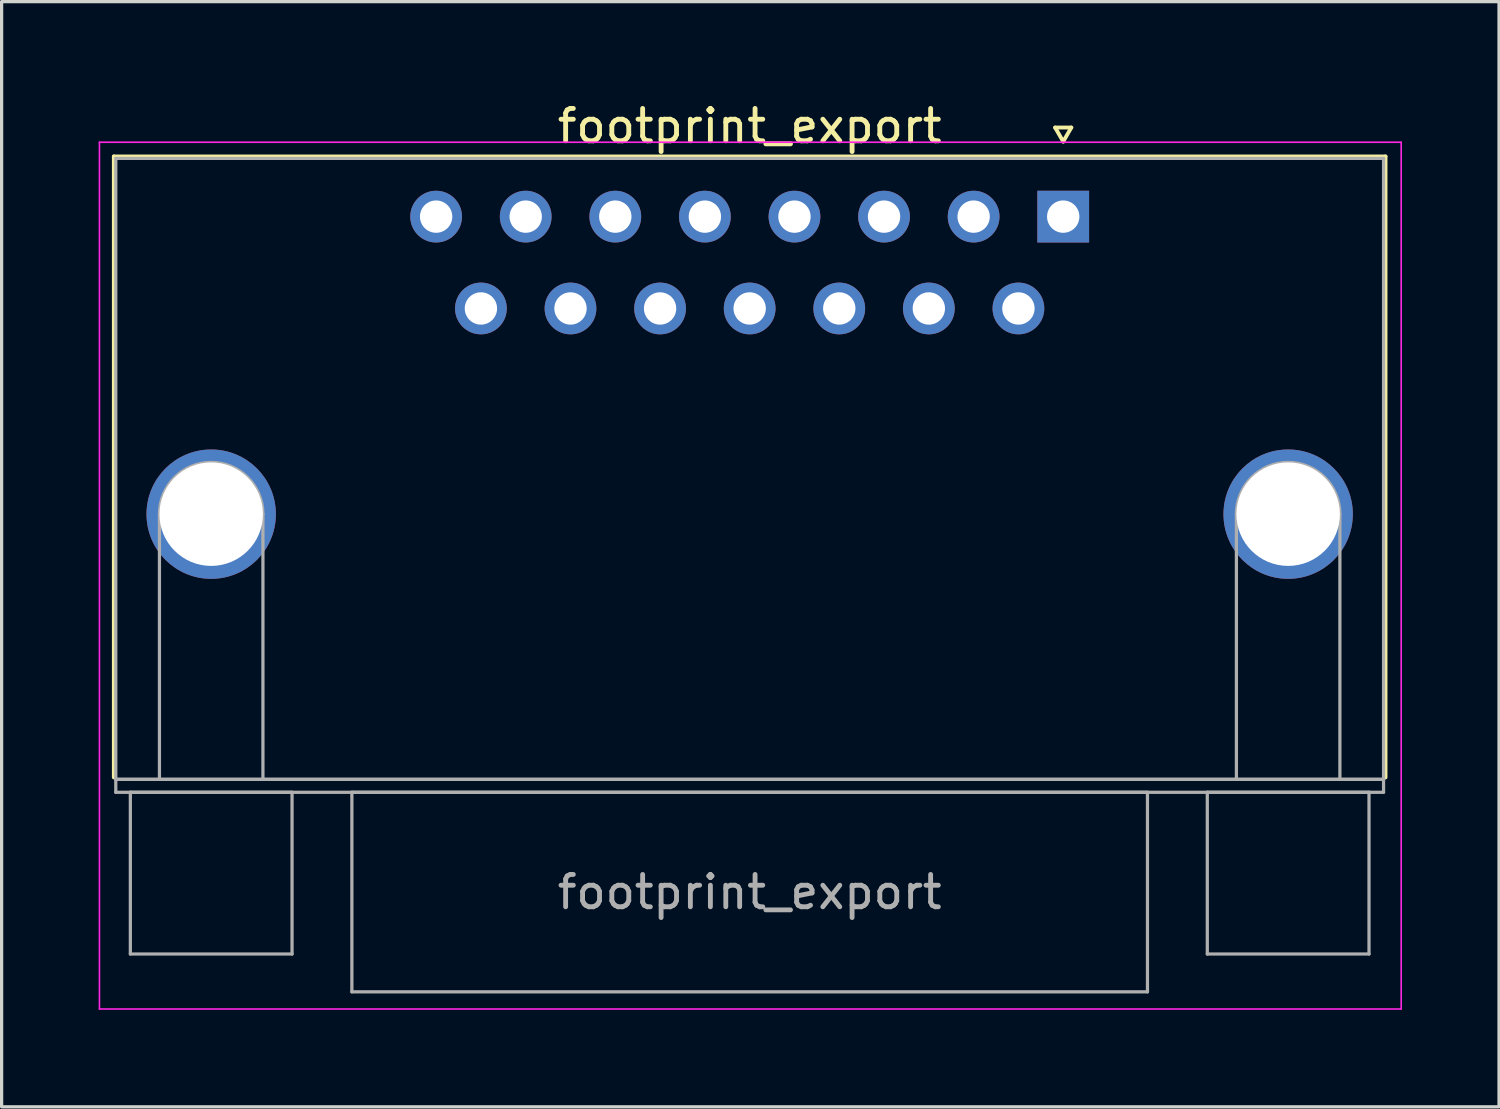
<source format=kicad_pcb>
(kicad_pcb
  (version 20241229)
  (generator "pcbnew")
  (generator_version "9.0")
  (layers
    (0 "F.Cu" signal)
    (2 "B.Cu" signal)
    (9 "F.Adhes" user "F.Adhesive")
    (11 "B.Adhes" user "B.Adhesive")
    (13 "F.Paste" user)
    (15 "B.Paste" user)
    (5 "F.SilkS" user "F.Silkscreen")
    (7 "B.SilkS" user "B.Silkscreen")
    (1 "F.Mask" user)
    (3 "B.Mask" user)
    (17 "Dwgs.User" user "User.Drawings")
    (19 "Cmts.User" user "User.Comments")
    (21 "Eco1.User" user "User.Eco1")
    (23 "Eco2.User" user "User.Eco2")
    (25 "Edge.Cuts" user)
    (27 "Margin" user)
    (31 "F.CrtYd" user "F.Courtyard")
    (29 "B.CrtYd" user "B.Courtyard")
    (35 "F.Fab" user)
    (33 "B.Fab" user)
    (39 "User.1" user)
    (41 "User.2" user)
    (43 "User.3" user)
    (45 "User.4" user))
  (footprint "footprint_export"
    (layer "F.Cu")
    (at 29.825 3.648)
    (property "Reference" "footprint_export" (at -9.695 -2.8 0) (layer "F.SilkS") (effects (font (size 1 1) (thickness 0.15))))
    (attr through_hole)
    (fp_line (start -29.355 -1.86) (end 9.965 -1.86) (stroke (width 0.12) (type solid)) (layer "F.SilkS"))
    (fp_line (start -29.355 17.34) (end -29.355 -1.86) (stroke (width 0.12) (type solid)) (layer "F.SilkS"))
    (fp_line (start -0.25 -2.754) (end 0.25 -2.754) (stroke (width 0.12) (type solid)) (layer "F.SilkS"))
    (fp_line (start 0 -2.321) (end -0.25 -2.754) (stroke (width 0.12) (type solid)) (layer "F.SilkS"))
    (fp_line (start 0.25 -2.754) (end 0 -2.321) (stroke (width 0.12) (type solid)) (layer "F.SilkS"))
    (fp_line (start 9.965 -1.86) (end 9.965 17.34) (stroke (width 0.12) (type solid)) (layer "F.SilkS"))
    (fp_line (start -29.8 -2.3) (end -29.8 24.5) (stroke (width 0.05) (type solid)) (layer "F.CrtYd"))
    (fp_line (start -29.8 24.5) (end 10.45 24.5) (stroke (width 0.05) (type solid)) (layer "F.CrtYd"))
    (fp_line (start 10.45 -2.3) (end -29.8 -2.3) (stroke (width 0.05) (type solid)) (layer "F.CrtYd"))
    (fp_line (start 10.45 24.5) (end 10.45 -2.3) (stroke (width 0.05) (type solid)) (layer "F.CrtYd"))
    (fp_line (start -29.295 -1.8) (end -29.295 17.4) (stroke (width 0.1) (type solid)) (layer "F.Fab"))
    (fp_line (start -29.295 17.4) (end -29.295 17.8) (stroke (width 0.1) (type solid)) (layer "F.Fab"))
    (fp_line (start -29.295 17.4) (end 9.905 17.4) (stroke (width 0.1) (type solid)) (layer "F.Fab"))
    (fp_line (start -29.295 17.8) (end 9.905 17.8) (stroke (width 0.1) (type solid)) (layer "F.Fab"))
    (fp_line (start -28.845 17.8) (end -28.845 22.8) (stroke (width 0.1) (type solid)) (layer "F.Fab"))
    (fp_line (start -28.845 22.8) (end -23.845 22.8) (stroke (width 0.1) (type solid)) (layer "F.Fab"))
    (fp_line (start -27.945 17.4) (end -27.945 9.2) (stroke (width 0.1) (type solid)) (layer "F.Fab"))
    (fp_line (start -24.745 17.4) (end -24.745 9.2) (stroke (width 0.1) (type solid)) (layer "F.Fab"))
    (fp_line (start -23.845 17.8) (end -28.845 17.8) (stroke (width 0.1) (type solid)) (layer "F.Fab"))
    (fp_line (start -23.845 22.8) (end -23.845 17.8) (stroke (width 0.1) (type solid)) (layer "F.Fab"))
    (fp_line (start -21.995 17.8) (end -21.995 23.97) (stroke (width 0.1) (type solid)) (layer "F.Fab"))
    (fp_line (start -21.995 23.97) (end 2.605 23.97) (stroke (width 0.1) (type solid)) (layer "F.Fab"))
    (fp_line (start 2.605 17.8) (end -21.995 17.8) (stroke (width 0.1) (type solid)) (layer "F.Fab"))
    (fp_line (start 2.605 23.97) (end 2.605 17.8) (stroke (width 0.1) (type solid)) (layer "F.Fab"))
    (fp_line (start 4.455 17.8) (end 4.455 22.8) (stroke (width 0.1) (type solid)) (layer "F.Fab"))
    (fp_line (start 4.455 22.8) (end 9.455 22.8) (stroke (width 0.1) (type solid)) (layer "F.Fab"))
    (fp_line (start 5.355 17.4) (end 5.355 9.2) (stroke (width 0.1) (type solid)) (layer "F.Fab"))
    (fp_line (start 8.555 17.4) (end 8.555 9.2) (stroke (width 0.1) (type solid)) (layer "F.Fab"))
    (fp_line (start 9.455 17.8) (end 4.455 17.8) (stroke (width 0.1) (type solid)) (layer "F.Fab"))
    (fp_line (start 9.455 22.8) (end 9.455 17.8) (stroke (width 0.1) (type solid)) (layer "F.Fab"))
    (fp_line (start 9.905 -1.8) (end -29.295 -1.8) (stroke (width 0.1) (type solid)) (layer "F.Fab"))
    (fp_line (start 9.905 17.4) (end -29.295 17.4) (stroke (width 0.1) (type solid)) (layer "F.Fab"))
    (fp_line (start 9.905 17.4) (end 9.905 -1.8) (stroke (width 0.1) (type solid)) (layer "F.Fab"))
    (fp_line (start 9.905 17.8) (end 9.905 17.4) (stroke (width 0.1) (type solid)) (layer "F.Fab"))
    (fp_arc (start -27.945 9.2) (mid -26.345 7.6) (end -24.745 9.2) (stroke (width 0.1) (type solid)) (layer "F.Fab"))
    (fp_arc (start 5.355 9.2) (mid 6.955 7.6) (end 8.555 9.2) (stroke (width 0.1) (type solid)) (layer "F.Fab"))
    (fp_text user "${REFERENCE}" (at -9.695 20.885 0) (layer "F.Fab") (effects (font (size 1 1) (thickness 0.15))))
    (pad "0" thru_hole circle (at -26.345 9.2) (size 4 4) (drill 3.2) (layers "*.Cu" "*.Mask"))
    (pad "0" thru_hole circle (at 6.955 9.2) (size 4 4) (drill 3.2) (layers "*.Cu" "*.Mask"))
    (pad "1" thru_hole rect (at 0 0) (size 1.6 1.6) (drill 1) (layers "*.Cu" "*.Mask"))
    (pad "2" thru_hole circle (at -2.77 0) (size 1.6 1.6) (drill 1) (layers "*.Cu" "*.Mask"))
    (pad "3" thru_hole circle (at -5.54 0) (size 1.6 1.6) (drill 1) (layers "*.Cu" "*.Mask"))
    (pad "4" thru_hole circle (at -8.31 0) (size 1.6 1.6) (drill 1) (layers "*.Cu" "*.Mask"))
    (pad "5" thru_hole circle (at -11.08 0) (size 1.6 1.6) (drill 1) (layers "*.Cu" "*.Mask"))
    (pad "6" thru_hole circle (at -13.85 0) (size 1.6 1.6) (drill 1) (layers "*.Cu" "*.Mask"))
    (pad "7" thru_hole circle (at -16.62 0) (size 1.6 1.6) (drill 1) (layers "*.Cu" "*.Mask"))
    (pad "8" thru_hole circle (at -19.39 0) (size 1.6 1.6) (drill 1) (layers "*.Cu" "*.Mask"))
    (pad "9" thru_hole circle (at -1.385 2.84) (size 1.6 1.6) (drill 1) (layers "*.Cu" "*.Mask"))
    (pad "10" thru_hole circle (at -4.155 2.84) (size 1.6 1.6) (drill 1) (layers "*.Cu" "*.Mask"))
    (pad "11" thru_hole circle (at -6.925 2.84) (size 1.6 1.6) (drill 1) (layers "*.Cu" "*.Mask"))
    (pad "12" thru_hole circle (at -9.695 2.84) (size 1.6 1.6) (drill 1) (layers "*.Cu" "*.Mask"))
    (pad "13" thru_hole circle (at -12.465 2.84) (size 1.6 1.6) (drill 1) (layers "*.Cu" "*.Mask"))
    (pad "14" thru_hole circle (at -15.235 2.84) (size 1.6 1.6) (drill 1) (layers "*.Cu" "*.Mask"))
    (pad "15" thru_hole circle (at -18.005 2.84) (size 1.6 1.6) (drill 1) (layers "*.Cu" "*.Mask")))
  (gr_rect
    (start -3 -3)
    (end 43.3 31.173)
    (stroke (width 0.1) (type default))
    (fill no)
    (layer "Edge.Cuts")))
</source>
